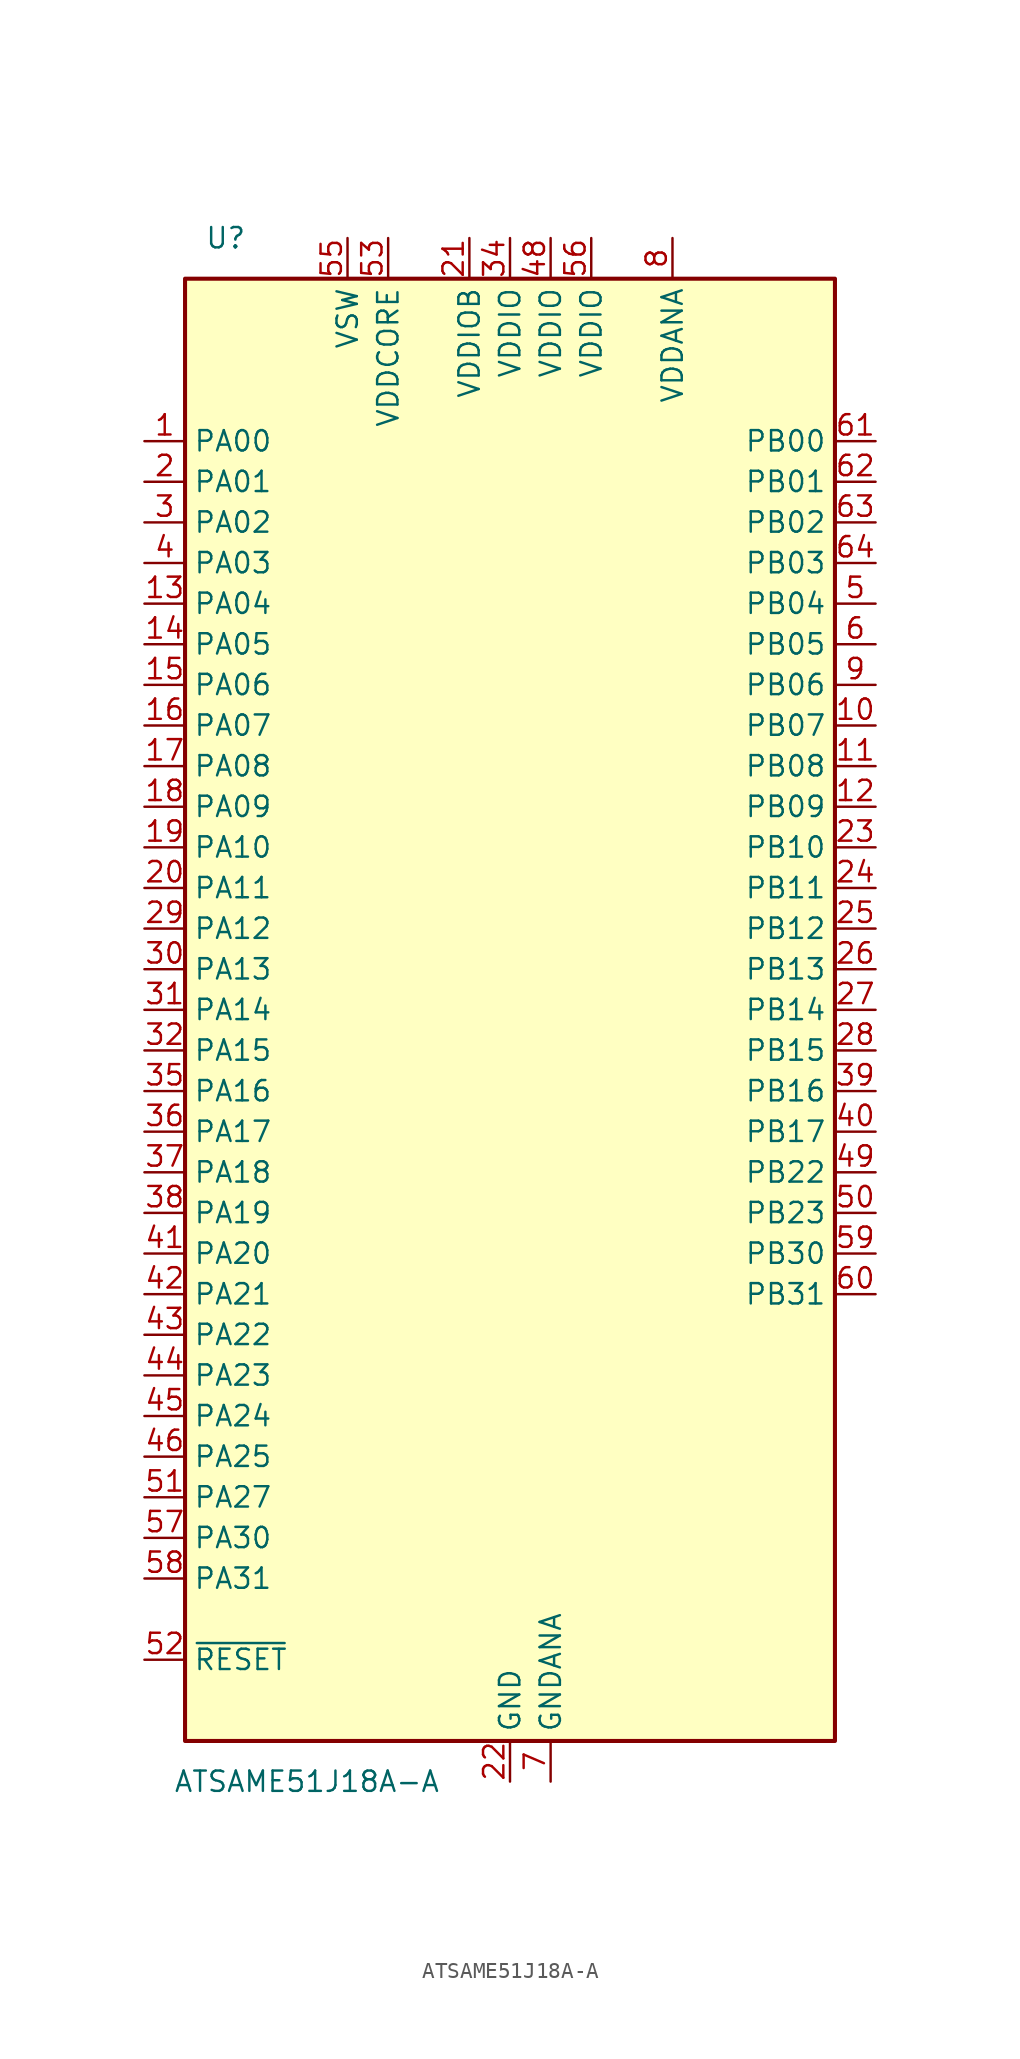
<source format=kicad_sym>
(kicad_symbol_lib
  (version 20211014)
  (generator kicad_symbol_editor)
  (symbol "ATSAME51J18A-A"
    (property "Reference" "U"
      (at -17.78 48.26 0)
      (effects (font (size 1.27 1.27))))
    (property "Value" "ATSAME51J18A-A"
      (at -12.7 -48.26 0)
      (effects (font (size 1.27 1.27))))
    (symbol "ATSAME51J18A-A_0_1"
      (rectangle (start -20.32 45.72) (end 20.32 -45.72) (stroke (width 0.254) (type default) (color 0 0 0 0)) (fill (type background))))
    (symbol "ATSAME51J18A-A_1_0"
      (pin bidirectional line (at 22.86 27.94 180) (length 2.54) (name "PB03" (effects (font (size 1.27 1.27)))) (number "64" (effects (font (size 1.27 1.27))))))
    (symbol "ATSAME51J18A-A_1_1"
      (pin bidirectional line (at -22.86 35.56 0) (length 2.54) (name "PA00" (effects (font (size 1.27 1.27)))) (number "1" (effects (font (size 1.27 1.27)))))
      (pin bidirectional line (at 22.86 17.78 180) (length 2.54) (name "PB07" (effects (font (size 1.27 1.27)))) (number "10" (effects (font (size 1.27 1.27)))))
      (pin bidirectional line (at 22.86 15.24 180) (length 2.54) (name "PB08" (effects (font (size 1.27 1.27)))) (number "11" (effects (font (size 1.27 1.27)))))
      (pin bidirectional line (at 22.86 12.7 180) (length 2.54) (name "PB09" (effects (font (size 1.27 1.27)))) (number "12" (effects (font (size 1.27 1.27)))))
      (pin bidirectional line (at -22.86 25.4 0) (length 2.54) (name "PA04" (effects (font (size 1.27 1.27)))) (number "13" (effects (font (size 1.27 1.27)))))
      (pin bidirectional line (at -22.86 22.86 0) (length 2.54) (name "PA05" (effects (font (size 1.27 1.27)))) (number "14" (effects (font (size 1.27 1.27)))))
      (pin bidirectional line (at -22.86 20.32 0) (length 2.54) (name "PA06" (effects (font (size 1.27 1.27)))) (number "15" (effects (font (size 1.27 1.27)))))
      (pin bidirectional line (at -22.86 17.78 0) (length 2.54) (name "PA07" (effects (font (size 1.27 1.27)))) (number "16" (effects (font (size 1.27 1.27)))))
      (pin bidirectional line (at -22.86 15.24 0) (length 2.54) (name "PA08" (effects (font (size 1.27 1.27)))) (number "17" (effects (font (size 1.27 1.27)))))
      (pin bidirectional line (at -22.86 12.7 0) (length 2.54) (name "PA09" (effects (font (size 1.27 1.27)))) (number "18" (effects (font (size 1.27 1.27)))))
      (pin bidirectional line (at -22.86 10.16 0) (length 2.54) (name "PA10" (effects (font (size 1.27 1.27)))) (number "19" (effects (font (size 1.27 1.27)))))
      (pin bidirectional line (at -22.86 33.02 0) (length 2.54) (name "PA01" (effects (font (size 1.27 1.27)))) (number "2" (effects (font (size 1.27 1.27)))))
      (pin bidirectional line (at -22.86 7.62 0) (length 2.54) (name "PA11" (effects (font (size 1.27 1.27)))) (number "20" (effects (font (size 1.27 1.27)))))
      (pin power_in line (at -2.54 48.26 270) (length 2.54) (name "VDDIOB" (effects (font (size 1.27 1.27)))) (number "21" (effects (font (size 1.27 1.27)))))
      (pin power_in line (at 0 -48.26 90) (length 2.54) (name "GND" (effects (font (size 1.27 1.27)))) (number "22" (effects (font (size 1.27 1.27)))))
      (pin bidirectional line (at 22.86 10.16 180) (length 2.54) (name "PB10" (effects (font (size 1.27 1.27)))) (number "23" (effects (font (size 1.27 1.27)))))
      (pin bidirectional line (at 22.86 7.62 180) (length 2.54) (name "PB11" (effects (font (size 1.27 1.27)))) (number "24" (effects (font (size 1.27 1.27)))))
      (pin bidirectional line (at 22.86 5.08 180) (length 2.54) (name "PB12" (effects (font (size 1.27 1.27)))) (number "25" (effects (font (size 1.27 1.27)))))
      (pin bidirectional line (at 22.86 2.54 180) (length 2.54) (name "PB13" (effects (font (size 1.27 1.27)))) (number "26" (effects (font (size 1.27 1.27)))))
      (pin bidirectional line (at 22.86 0 180) (length 2.54) (name "PB14" (effects (font (size 1.27 1.27)))) (number "27" (effects (font (size 1.27 1.27)))))
      (pin bidirectional line (at 22.86 -2.54 180) (length 2.54) (name "PB15" (effects (font (size 1.27 1.27)))) (number "28" (effects (font (size 1.27 1.27)))))
      (pin bidirectional line (at -22.86 5.08 0) (length 2.54) (name "PA12" (effects (font (size 1.27 1.27)))) (number "29" (effects (font (size 1.27 1.27)))))
      (pin bidirectional line (at -22.86 30.48 0) (length 2.54) (name "PA02" (effects (font (size 1.27 1.27)))) (number "3" (effects (font (size 1.27 1.27)))))
      (pin bidirectional line (at -22.86 2.54 0) (length 2.54) (name "PA13" (effects (font (size 1.27 1.27)))) (number "30" (effects (font (size 1.27 1.27)))))
      (pin bidirectional line (at -22.86 0 0) (length 2.54) (name "PA14" (effects (font (size 1.27 1.27)))) (number "31" (effects (font (size 1.27 1.27)))))
      (pin bidirectional line (at -22.86 -2.54 0) (length 2.54) (name "PA15" (effects (font (size 1.27 1.27)))) (number "32" (effects (font (size 1.27 1.27)))))
      (pin passive line (at 0 -48.26 90) (length 2.54) hide (name "GND" (effects (font (size 1.27 1.27)))) (number "33" (effects (font (size 1.27 1.27)))))
      (pin power_in line (at 0 48.26 270) (length 2.54) (name "VDDIO" (effects (font (size 1.27 1.27)))) (number "34" (effects (font (size 1.27 1.27)))))
      (pin bidirectional line (at -22.86 -5.08 0) (length 2.54) (name "PA16" (effects (font (size 1.27 1.27)))) (number "35" (effects (font (size 1.27 1.27)))))
      (pin bidirectional line (at -22.86 -7.62 0) (length 2.54) (name "PA17" (effects (font (size 1.27 1.27)))) (number "36" (effects (font (size 1.27 1.27)))))
      (pin bidirectional line (at -22.86 -10.16 0) (length 2.54) (name "PA18" (effects (font (size 1.27 1.27)))) (number "37" (effects (font (size 1.27 1.27)))))
      (pin bidirectional line (at -22.86 -12.7 0) (length 2.54) (name "PA19" (effects (font (size 1.27 1.27)))) (number "38" (effects (font (size 1.27 1.27)))))
      (pin bidirectional line (at 22.86 -5.08 180) (length 2.54) (name "PB16" (effects (font (size 1.27 1.27)))) (number "39" (effects (font (size 1.27 1.27)))))
      (pin bidirectional line (at -22.86 27.94 0) (length 2.54) (name "PA03" (effects (font (size 1.27 1.27)))) (number "4" (effects (font (size 1.27 1.27)))))
      (pin bidirectional line (at 22.86 -7.62 180) (length 2.54) (name "PB17" (effects (font (size 1.27 1.27)))) (number "40" (effects (font (size 1.27 1.27)))))
      (pin bidirectional line (at -22.86 -15.24 0) (length 2.54) (name "PA20" (effects (font (size 1.27 1.27)))) (number "41" (effects (font (size 1.27 1.27)))))
      (pin bidirectional line (at -22.86 -17.78 0) (length 2.54) (name "PA21" (effects (font (size 1.27 1.27)))) (number "42" (effects (font (size 1.27 1.27)))))
      (pin bidirectional line (at -22.86 -20.32 0) (length 2.54) (name "PA22" (effects (font (size 1.27 1.27)))) (number "43" (effects (font (size 1.27 1.27)))))
      (pin bidirectional line (at -22.86 -22.86 0) (length 2.54) (name "PA23" (effects (font (size 1.27 1.27)))) (number "44" (effects (font (size 1.27 1.27)))))
      (pin bidirectional line (at -22.86 -25.4 0) (length 2.54) (name "PA24" (effects (font (size 1.27 1.27)))) (number "45" (effects (font (size 1.27 1.27)))))
      (pin bidirectional line (at -22.86 -27.94 0) (length 2.54) (name "PA25" (effects (font (size 1.27 1.27)))) (number "46" (effects (font (size 1.27 1.27)))))
      (pin passive line (at 0 -48.26 90) (length 2.54) hide (name "GND" (effects (font (size 1.27 1.27)))) (number "47" (effects (font (size 1.27 1.27)))))
      (pin power_in line (at 2.54 48.26 270) (length 2.54) (name "VDDIO" (effects (font (size 1.27 1.27)))) (number "48" (effects (font (size 1.27 1.27)))))
      (pin bidirectional line (at 22.86 -10.16 180) (length 2.54) (name "PB22" (effects (font (size 1.27 1.27)))) (number "49" (effects (font (size 1.27 1.27)))))
      (pin bidirectional line (at 22.86 25.4 180) (length 2.54) (name "PB04" (effects (font (size 1.27 1.27)))) (number "5" (effects (font (size 1.27 1.27)))))
      (pin bidirectional line (at 22.86 -12.7 180) (length 2.54) (name "PB23" (effects (font (size 1.27 1.27)))) (number "50" (effects (font (size 1.27 1.27)))))
      (pin bidirectional line (at -22.86 -30.48 0) (length 2.54) (name "PA27" (effects (font (size 1.27 1.27)))) (number "51" (effects (font (size 1.27 1.27)))))
      (pin input line (at -22.86 -40.64 0) (length 2.54) (name "~{RESET}" (effects (font (size 1.27 1.27)))) (number "52" (effects (font (size 1.27 1.27)))))
      (pin power_out line (at -7.62 48.26 270) (length 2.54) (name "VDDCORE" (effects (font (size 1.27 1.27)))) (number "53" (effects (font (size 1.27 1.27)))))
      (pin passive line (at 0 -48.26 90) (length 2.54) hide (name "GND" (effects (font (size 1.27 1.27)))) (number "54" (effects (font (size 1.27 1.27)))))
      (pin power_in line (at -10.16 48.26 270) (length 2.54) (name "VSW" (effects (font (size 1.27 1.27)))) (number "55" (effects (font (size 1.27 1.27)))))
      (pin power_in line (at 5.08 48.26 270) (length 2.54) (name "VDDIO" (effects (font (size 1.27 1.27)))) (number "56" (effects (font (size 1.27 1.27)))))
      (pin bidirectional line (at -22.86 -33.02 0) (length 2.54) (name "PA30" (effects (font (size 1.27 1.27)))) (number "57" (effects (font (size 1.27 1.27)))))
      (pin bidirectional line (at -22.86 -35.56 0) (length 2.54) (name "PA31" (effects (font (size 1.27 1.27)))) (number "58" (effects (font (size 1.27 1.27)))))
      (pin bidirectional line (at 22.86 -15.24 180) (length 2.54) (name "PB30" (effects (font (size 1.27 1.27)))) (number "59" (effects (font (size 1.27 1.27)))))
      (pin bidirectional line (at 22.86 22.86 180) (length 2.54) (name "PB05" (effects (font (size 1.27 1.27)))) (number "6" (effects (font (size 1.27 1.27)))))
      (pin bidirectional line (at 22.86 -17.78 180) (length 2.54) (name "PB31" (effects (font (size 1.27 1.27)))) (number "60" (effects (font (size 1.27 1.27)))))
      (pin bidirectional line (at 22.86 35.56 180) (length 2.54) (name "PB00" (effects (font (size 1.27 1.27)))) (number "61" (effects (font (size 1.27 1.27)))))
      (pin bidirectional line (at 22.86 33.02 180) (length 2.54) (name "PB01" (effects (font (size 1.27 1.27)))) (number "62" (effects (font (size 1.27 1.27)))))
      (pin bidirectional line (at 22.86 30.48 180) (length 2.54) (name "PB02" (effects (font (size 1.27 1.27)))) (number "63" (effects (font (size 1.27 1.27)))))
      (pin power_in line (at 2.54 -48.26 90) (length 2.54) (name "GNDANA" (effects (font (size 1.27 1.27)))) (number "7" (effects (font (size 1.27 1.27)))))
      (pin power_in line (at 10.16 48.26 270) (length 2.54) (name "VDDANA" (effects (font (size 1.27 1.27)))) (number "8" (effects (font (size 1.27 1.27)))))
      (pin bidirectional line (at 22.86 20.32 180) (length 2.54) (name "PB06" (effects (font (size 1.27 1.27)))) (number "9" (effects (font (size 1.27 1.27))))))))
</source>
